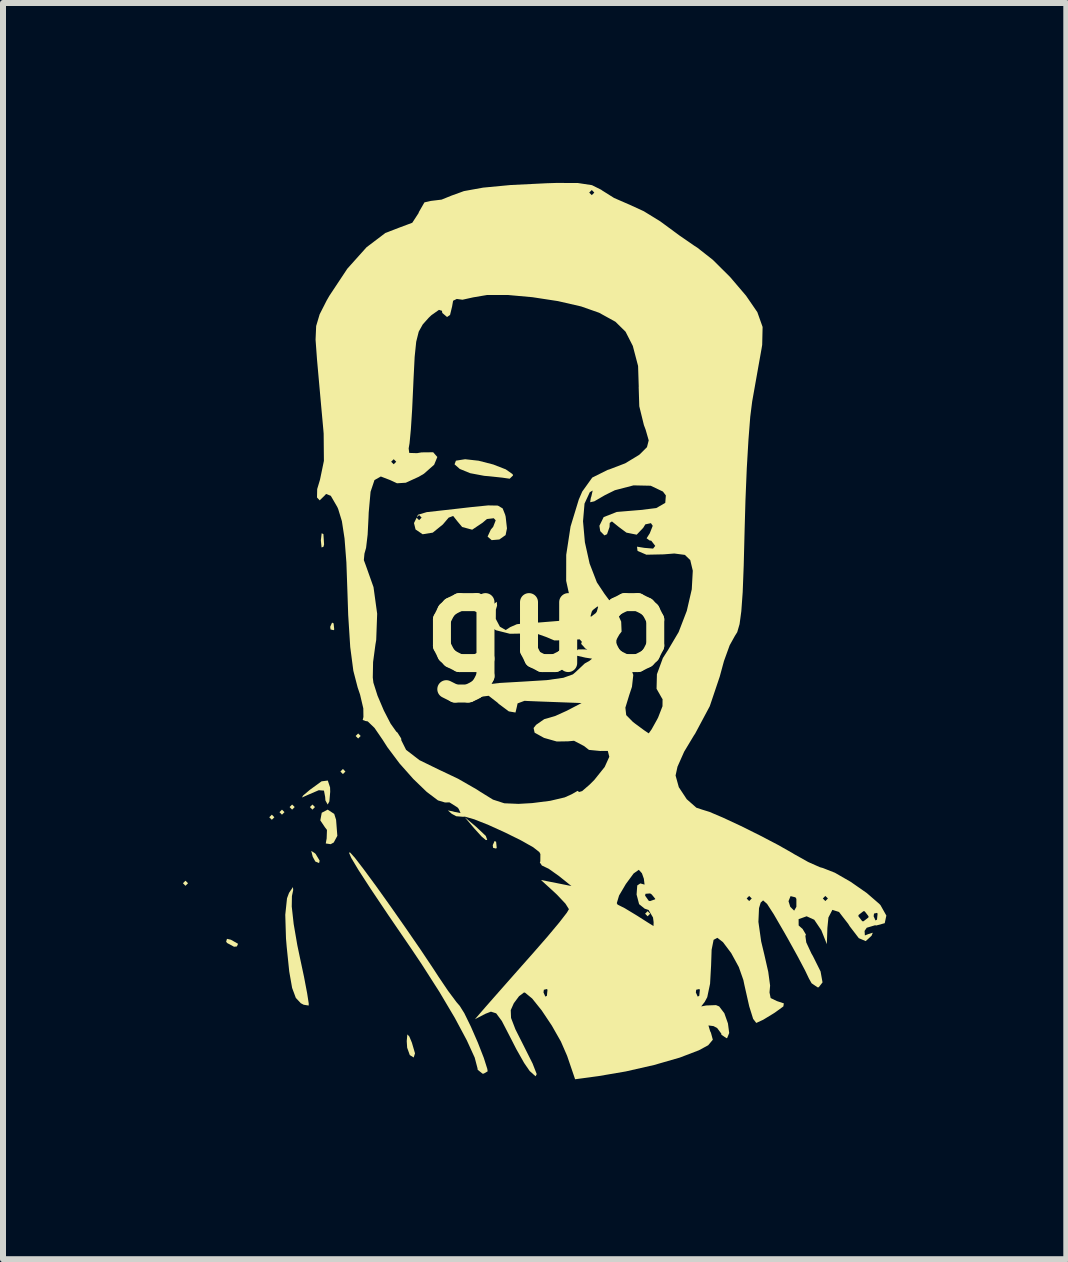
<source format=kicad_pcb>
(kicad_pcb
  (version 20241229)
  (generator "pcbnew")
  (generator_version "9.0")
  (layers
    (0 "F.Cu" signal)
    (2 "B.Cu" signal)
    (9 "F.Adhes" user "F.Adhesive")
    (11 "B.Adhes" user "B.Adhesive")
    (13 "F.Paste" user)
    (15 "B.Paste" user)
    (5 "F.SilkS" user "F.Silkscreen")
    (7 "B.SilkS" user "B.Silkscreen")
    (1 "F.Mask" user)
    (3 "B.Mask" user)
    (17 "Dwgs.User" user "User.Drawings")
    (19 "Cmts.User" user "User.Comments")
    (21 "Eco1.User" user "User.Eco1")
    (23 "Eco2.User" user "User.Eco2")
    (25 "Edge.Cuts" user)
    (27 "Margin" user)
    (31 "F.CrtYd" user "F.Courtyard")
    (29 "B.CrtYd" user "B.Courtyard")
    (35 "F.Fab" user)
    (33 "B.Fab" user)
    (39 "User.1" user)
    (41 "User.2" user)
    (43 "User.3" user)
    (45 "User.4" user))
  (footprint "guo"
    (layer "F.Cu")
    (at 6.096 7.315)
    (property "Reference" "guo" (at 0 0 0) (layer "F.SilkS") (effects (font (size 1.524 1.524) (thickness 0.3))))
    (attr board_only exclude_from_pos_files exclude_from_bom)
    (fp_poly (pts (xy -6.011 4.36) (xy -6.054 4.403) (xy -6.096 4.36) (xy -6.054 4.318)) (stroke (width 0) (type solid)) (fill yes) (layer "F.SilkS"))
    (fp_poly (pts (xy -4.572 3.26) (xy -4.614 3.302) (xy -4.657 3.26) (xy -4.614 3.217)) (stroke (width 0) (type solid)) (fill yes) (layer "F.SilkS"))
    (fp_poly (pts (xy -4.403 3.175) (xy -4.445 3.217) (xy -4.487 3.175) (xy -4.445 3.133)) (stroke (width 0) (type solid)) (fill yes) (layer "F.SilkS"))
    (fp_poly (pts (xy -4.233 3.09) (xy -4.276 3.133) (xy -4.318 3.09) (xy -4.276 3.048)) (stroke (width 0) (type solid)) (fill yes) (layer "F.SilkS"))
    (fp_poly (pts (xy -3.895 3.09) (xy -3.937 3.133) (xy -3.979 3.09) (xy -3.937 3.048)) (stroke (width 0) (type solid)) (fill yes) (layer "F.SilkS"))
    (fp_poly (pts (xy -3.387 2.498) (xy -3.429 2.54) (xy -3.471 2.498) (xy -3.429 2.455)) (stroke (width 0) (type solid)) (fill yes) (layer "F.SilkS"))
    (fp_poly (pts (xy -3.133 1.905) (xy -3.175 1.947) (xy -3.217 1.905) (xy -3.175 1.863)) (stroke (width 0) (type solid)) (fill yes) (layer "F.SilkS"))
    (fp_poly (pts (xy 1.693 4.868) (xy 1.651 4.911) (xy 1.609 4.868) (xy 1.651 4.826)) (stroke (width 0) (type solid)) (fill yes) (layer "F.SilkS"))
    (fp_poly (pts (xy -3.754 -1.46) (xy -3.743 -1.287) (xy -3.754 -1.249) (xy -3.785 -1.238) (xy -3.797 -1.355) (xy -3.783 -1.475)) (stroke (width 0) (type solid)) (fill yes) (layer "F.SilkS"))
    (fp_poly (pts (xy -3.584 0.028) (xy -3.574 0.129) (xy -3.584 0.141) (xy -3.635 0.129) (xy -3.641 0.085) (xy -3.61 0.015)) (stroke (width 0) (type solid)) (fill yes) (layer "F.SilkS"))
    (fp_poly (pts (xy -0.875 3.669) (xy -0.865 3.769) (xy -0.875 3.782) (xy -0.925 3.77) (xy -0.931 3.725) (xy -0.9 3.656)) (stroke (width 0) (type solid)) (fill yes) (layer "F.SilkS"))
    (fp_poly (pts (xy -5.296 5.302) (xy -5.177 5.37) (xy -5.197 5.414) (xy -5.244 5.419) (xy -5.359 5.357) (xy -5.376 5.335) (xy -5.362 5.287)) (stroke (width 0) (type solid)) (fill yes) (layer "F.SilkS"))
    (fp_poly (pts (xy -3.895 3.861) (xy -3.884 3.872) (xy -3.817 3.983) (xy -3.826 4.024) (xy -3.889 3.998) (xy -3.932 3.919) (xy -3.957 3.821)) (stroke (width 0) (type solid)) (fill yes) (layer "F.SilkS"))
    (fp_poly (pts (xy -1.206 3.421) (xy -1.047 3.571) (xy -1.023 3.636) (xy -1.045 3.641) (xy -1.114 3.584) (xy -1.236 3.45) (xy -1.397 3.26)) (stroke (width 0) (type solid)) (fill yes) (layer "F.SilkS"))
    (fp_poly (pts (xy -2.322 6.915) (xy -2.279 7.018) (xy -2.227 7.196) (xy -2.249 7.265) (xy -2.314 7.225) (xy -2.358 7.102) (xy -2.365 6.992) (xy -2.355 6.88)) (stroke (width 0) (type solid)) (fill yes) (layer "F.SilkS"))
    (fp_poly (pts (xy -3.574 3.204) (xy -3.543 3.302) (xy -3.528 3.493) (xy -3.522 3.57) (xy -3.582 3.681) (xy -3.633 3.709) (xy -3.715 3.697) (xy -3.7 3.613) (xy -3.695 3.471) (xy -3.729 3.427) (xy -3.806 3.312) (xy -3.782 3.185) (xy -3.683 3.133)) (stroke (width 0) (type solid)) (fill yes) (layer "F.SilkS"))
    (fp_poly (pts (xy -3.643 2.763) (xy -3.641 2.836) (xy -3.655 2.996) (xy -3.683 3.048) (xy -3.721 2.979) (xy -3.725 2.921) (xy -3.745 2.816) (xy -3.831 2.809) (xy -4.006 2.884) (xy -4.112 2.931) (xy -4.092 2.897) (xy -3.979 2.802) (xy -3.785 2.661) (xy -3.681 2.648)) (stroke (width 0) (type solid)) (fill yes) (layer "F.SilkS"))
    (fp_poly (pts (xy -1.167 -2.684) (xy -0.922 -2.621) (xy -0.714 -2.54) (xy -0.6 -2.46) (xy -0.593 -2.438) (xy -0.649 -2.384) (xy -0.656 -2.385) (xy -0.774 -2.402) (xy -0.991 -2.425) (xy -1.073 -2.432) (xy -1.307 -2.476) (xy -1.481 -2.547) (xy -1.568 -2.624) (xy -1.545 -2.685) (xy -1.392 -2.709)) (stroke (width 0) (type solid)) (fill yes) (layer "F.SilkS"))
    (fp_poly (pts (xy -4.258 4.473) (xy -4.279 4.574) (xy -4.282 4.749) (xy -4.25 5.039) (xy -4.189 5.394) (xy -4.15 5.58) (xy -4.077 5.923) (xy -4.025 6.197) (xy -3.999 6.365) (xy -4 6.399) (xy -4.083 6.386) (xy -4.132 6.36) (xy -4.214 6.272) (xy -4.276 6.105) (xy -4.324 5.831) (xy -4.366 5.423) (xy -4.378 5.282) (xy -4.39 4.886) (xy -4.361 4.611) (xy -4.327 4.52) (xy -4.262 4.424)) (stroke (width 0) (type solid)) (fill yes) (layer "F.SilkS"))
    (fp_poly (pts (xy -3.231 3.934) (xy -3.079 4.132) (xy -2.873 4.412) (xy -2.634 4.747) (xy -2.382 5.107) (xy -2.137 5.463) (xy -1.921 5.786) (xy -1.836 5.917) (xy -1.676 6.154) (xy -1.535 6.343) (xy -1.482 6.404) (xy -1.405 6.527) (xy -1.296 6.75) (xy -1.179 7.018) (xy -1.08 7.272) (xy -1.022 7.455) (xy -1.016 7.496) (xy -1.081 7.534) (xy -1.101 7.535) (xy -1.182 7.47) (xy -1.185 7.445) (xy -1.232 7.267) (xy -1.364 6.978) (xy -1.564 6.604) (xy -1.82 6.172) (xy -2.117 5.708) (xy -2.282 5.462) (xy -2.671 4.893) (xy -2.965 4.455) (xy -3.17 4.139) (xy -3.289 3.94) (xy -3.328 3.85) (xy -3.309 3.848)) (stroke (width 0) (type solid)) (fill yes) (layer "F.SilkS"))
    (fp_poly (pts (xy -0.846 -1.936) (xy -0.766 -1.889) (xy -0.725 -1.786) (xy -0.716 -1.752) (xy -0.694 -1.556) (xy -0.717 -1.444) (xy -0.821 -1.371) (xy -0.949 -1.36) (xy -1.016 -1.418) (xy -1.016 -1.422) (xy -0.963 -1.536) (xy -0.924 -1.582) (xy -0.882 -1.69) (xy -0.914 -1.725) (xy -1.028 -1.712) (xy -1.101 -1.65) (xy -1.274 -1.534) (xy -1.441 -1.579) (xy -1.519 -1.672) (xy -1.591 -1.763) (xy -1.666 -1.735) (xy -1.763 -1.621) (xy -1.931 -1.485) (xy -2.1 -1.458) (xy -2.218 -1.538) (xy -2.244 -1.645) (xy -2.2 -1.734) (xy -2.159 -1.693) (xy -2.117 -1.736) (xy -2.159 -1.778) (xy -2.198 -1.739) (xy -2.177 -1.783) (xy -2.032 -1.827) (xy -1.834 -1.849) (xy -1.54 -1.882) (xy -1.296 -1.91) (xy -1.008 -1.939)) (stroke (width 0) (type solid)) (fill yes) (layer "F.SilkS"))
    (fp_poly (pts (xy 0.487 -7.314) (xy 0.723 -7.278) (xy 0.878 -7.201) (xy 0.889 -7.192) (xy 1.091 -7.065) (xy 1.339 -6.957) (xy 1.34 -6.957) (xy 1.588 -6.843) (xy 1.861 -6.675) (xy 1.932 -6.623) (xy 2.183 -6.438) (xy 2.425 -6.271) (xy 2.481 -6.235) (xy 2.737 -6.034) (xy 3.025 -5.748) (xy 3.292 -5.435) (xy 3.48 -5.161) (xy 3.568 -4.914) (xy 3.561 -4.615) (xy 3.551 -4.555) (xy 3.499 -4.263) (xy 3.435 -3.902) (xy 3.394 -3.671) (xy 3.362 -3.418) (xy 3.332 -3.033) (xy 3.304 -2.556) (xy 3.282 -2.023) (xy 3.268 -1.528) (xy 3.253 -0.937) (xy 3.236 -0.493) (xy 3.213 -0.175) (xy 3.184 0.04) (xy 3.145 0.174) (xy 3.105 0.238) (xy 3.019 0.393) (xy 2.924 0.655) (xy 2.853 0.916) (xy 2.687 1.409) (xy 2.442 1.868) (xy 2.423 1.896) (xy 2.26 2.167) (xy 2.149 2.417) (xy 2.117 2.564) (xy 2.171 2.759) (xy 2.303 2.959) (xy 2.464 3.101) (xy 2.561 3.133) (xy 2.681 3.17) (xy 2.909 3.267) (xy 3.203 3.404) (xy 3.521 3.562) (xy 3.823 3.72) (xy 4.067 3.858) (xy 4.094 3.875) (xy 4.328 4.006) (xy 4.524 4.093) (xy 4.572 4.106) (xy 4.773 4.185) (xy 5.037 4.337) (xy 5.304 4.523) (xy 5.512 4.703) (xy 5.533 4.725) (xy 5.631 4.899) (xy 5.604 5.026) (xy 5.465 5.064) (xy 5.442 5.061) (xy 5.304 5.102) (xy 5.268 5.155) (xy 5.273 5.23) (xy 5.336 5.206) (xy 5.405 5.185) (xy 5.384 5.236) (xy 5.287 5.325) (xy 5.172 5.276) (xy 5.021 5.079) (xy 4.995 5.037) (xy 4.897 4.911) (xy 5.165 4.911) (xy 5.229 4.993) (xy 5.249 4.995) (xy 5.332 4.931) (xy 5.334 4.911) (xy 5.419 4.911) (xy 5.45 4.98) (xy 5.475 4.967) (xy 5.485 4.867) (xy 5.475 4.854) (xy 5.425 4.866) (xy 5.419 4.911) (xy 5.334 4.911) (xy 5.27 4.828) (xy 5.249 4.826) (xy 5.167 4.89) (xy 5.165 4.911) (xy 4.897 4.911) (xy 4.842 4.839) (xy 4.731 4.804) (xy 4.665 4.932) (xy 4.648 5.106) (xy 4.639 5.376) (xy 4.547 5.144) (xy 4.429 4.969) (xy 4.302 4.911) (xy 4.168 4.959) (xy 4.169 5.064) (xy 4.235 5.123) (xy 4.29 5.215) (xy 4.281 5.24) (xy 4.296 5.347) (xy 4.381 5.53) (xy 4.407 5.575) (xy 4.534 5.83) (xy 4.567 6.013) (xy 4.504 6.094) (xy 4.485 6.096) (xy 4.385 6.028) (xy 4.341 5.95) (xy 4.275 5.812) (xy 4.148 5.572) (xy 3.983 5.274) (xy 3.926 5.174) (xy 3.752 4.874) (xy 3.642 4.704) (xy 3.591 4.659) (xy 4 4.659) (xy 4.029 4.753) (xy 4.094 4.817) (xy 4.131 4.753) (xy 4.131 4.621) (xy 4.127 4.614) (xy 4.572 4.614) (xy 4.614 4.657) (xy 4.657 4.614) (xy 4.614 4.572) (xy 4.572 4.614) (xy 4.127 4.614) (xy 4.115 4.595) (xy 4.034 4.575) (xy 4 4.659) (xy 3.591 4.659) (xy 3.576 4.646) (xy 3.536 4.683) (xy 3.508 4.776) (xy 3.498 5.004) (xy 3.544 5.33) (xy 3.596 5.547) (xy 3.662 5.837) (xy 3.693 6.067) (xy 3.683 6.181) (xy 3.702 6.274) (xy 3.807 6.325) (xy 3.922 6.363) (xy 3.914 6.414) (xy 3.775 6.515) (xy 3.752 6.53) (xy 3.576 6.637) (xy 3.465 6.688) (xy 3.461 6.688) (xy 3.41 6.621) (xy 3.345 6.413) (xy 3.263 6.05) (xy 3.247 5.973) (xy 3.171 5.757) (xy 3.045 5.526) (xy 2.907 5.342) (xy 2.814 5.27) (xy 2.751 5.304) (xy 2.718 5.469) (xy 2.709 5.733) (xy 2.692 6.036) (xy 2.645 6.26) (xy 2.603 6.338) (xy 2.544 6.414) (xy 2.621 6.399) (xy 2.625 6.398) (xy 2.791 6.392) (xy 2.844 6.414) (xy 2.93 6.527) (xy 2.99 6.697) (xy 3.011 6.857) (xy 2.977 6.941) (xy 2.965 6.943) (xy 2.881 6.886) (xy 2.879 6.867) (xy 2.811 6.775) (xy 2.75 6.742) (xy 2.665 6.731) (xy 2.693 6.826) (xy 2.706 6.851) (xy 2.738 6.969) (xy 2.661 7.061) (xy 2.506 7.145) (xy 2.187 7.267) (xy 1.76 7.39) (xy 1.286 7.498) (xy 0.835 7.575) (xy 0.442 7.628) (xy 0.309 7.238) (xy 0.205 6.999) (xy 0.053 6.732) (xy -0.116 6.479) (xy -0.274 6.282) (xy -0.392 6.185) (xy -0.41 6.181) (xy -0.085 6.181) (xy -0.054 6.25) (xy -0.028 6.237) (xy -0.023 6.181) (xy 2.455 6.181) (xy 2.486 6.25) (xy 2.512 6.237) (xy 2.522 6.137) (xy 2.512 6.124) (xy 2.461 6.136) (xy 2.455 6.181) (xy -0.023 6.181) (xy -0.018 6.137) (xy -0.028 6.124) (xy -0.079 6.136) (xy -0.085 6.181) (xy -0.41 6.181) (xy -0.493 6.244) (xy -0.58 6.361) (xy -0.631 6.476) (xy -0.626 6.606) (xy -0.553 6.796) (xy -0.426 7.048) (xy -0.267 7.365) (xy -0.198 7.542) (xy -0.217 7.579) (xy -0.316 7.49) (xy -0.408 7.356) (xy -0.539 7.124) (xy -0.648 6.911) (xy -0.78 6.656) (xy -0.874 6.529) (xy -0.961 6.501) (xy -1.052 6.536) (xy -1.228 6.627) (xy -1.053 6.425) (xy -0.924 6.278) (xy -0.715 6.041) (xy -0.459 5.751) (xy -0.27 5.538) (xy -0.022 5.254) (xy 0.177 5.016) (xy 0.304 4.852) (xy 0.339 4.793) (xy 0.282 4.702) (xy 0.273 4.692) (xy 1.137 4.692) (xy 1.15 4.716) (xy 1.269 4.776) (xy 1.456 4.889) (xy 1.482 4.905) (xy 1.653 5.014) (xy 1.745 5.071) (xy 1.749 5.074) (xy 1.751 5.01) (xy 1.741 4.932) (xy 1.667 4.806) (xy 1.602 4.784) (xy 1.509 4.709) (xy 1.472 4.567) (xy 1.609 4.567) (xy 1.67 4.653) (xy 1.693 4.657) (xy 1.776 4.628) (xy 1.778 4.619) (xy 1.774 4.614) (xy 3.302 4.614) (xy 3.344 4.657) (xy 3.387 4.614) (xy 3.344 4.572) (xy 3.302 4.614) (xy 1.774 4.614) (xy 1.719 4.547) (xy 1.693 4.53) (xy 1.615 4.536) (xy 1.609 4.567) (xy 1.472 4.567) (xy 1.467 4.549) (xy 1.478 4.397) (xy 1.529 4.363) (xy 1.6 4.383) (xy 1.588 4.284) (xy 1.556 4.194) (xy 1.504 4.136) (xy 1.418 4.197) (xy 1.288 4.373) (xy 1.175 4.565) (xy 1.137 4.692) (xy 0.273 4.692) (xy 0.142 4.553) (xy 0.106 4.519) (xy -0.127 4.306) (xy 0.127 4.356) (xy 0.381 4.407) (xy 0.169 4.237) (xy 0.002 4.119) (xy -0.109 4.066) (xy -0.111 4.066) (xy -0.146 4.013) (xy -0.138 3.996) (xy -0.137 3.873) (xy -0.154 3.841) (xy -0.257 3.76) (xy -0.463 3.644) (xy -0.726 3.514) (xy -0.999 3.39) (xy -1.238 3.295) (xy -1.394 3.25) (xy -1.427 3.252) (xy -1.54 3.243) (xy -1.613 3.204) (xy -1.679 3.146) (xy -1.598 3.162) (xy -1.576 3.169) (xy -1.468 3.19) (xy -1.498 3.122) (xy -1.518 3.097) (xy -1.652 3.012) (xy -1.726 3.014) (xy -1.844 2.979) (xy -2.031 2.838) (xy -2.255 2.622) (xy -2.484 2.364) (xy -2.687 2.093) (xy -2.767 1.968) (xy -2.902 1.771) (xy -3.015 1.662) (xy -3.055 1.655) (xy -3.099 1.638) (xy -3.087 1.588) (xy -3.089 1.445) (xy -3.143 1.215) (xy -3.183 1.097) (xy -3.255 0.819) (xy -3.307 0.423) (xy -3.341 -0.112) (xy -3.352 -0.446) (xy -3.371 -0.988) (xy -3.374 -1.027) (xy -3.08 -1.027) (xy -3.049 -0.943) (xy -2.919 -0.577) (xy -2.858 -0.133) (xy -2.874 0.305) (xy -2.887 0.381) (xy -2.926 0.673) (xy -2.931 0.93) (xy -2.921 1.016) (xy -2.852 1.233) (xy -2.747 1.48) (xy -2.634 1.699) (xy -2.539 1.833) (xy -2.519 1.849) (xy -2.458 1.946) (xy -2.455 1.978) (xy -2.376 2.136) (xy -2.153 2.308) (xy -1.811 2.475) (xy -1.808 2.476) (xy -1.509 2.618) (xy -1.199 2.796) (xy -1.133 2.839) (xy -0.927 2.966) (xy -0.739 3.027) (xy -0.501 3.037) (xy -0.274 3.024) (xy 0.026 2.986) (xy 0.268 2.929) (xy 0.382 2.878) (xy 0.484 2.82) (xy 0.508 2.839) (xy 0.559 2.824) (xy 0.687 2.713) (xy 0.762 2.638) (xy 0.935 2.422) (xy 1.012 2.252) (xy 0.987 2.154) (xy 0.859 2.155) (xy 0.673 2.137) (xy 0.593 2.074) (xy 0.424 1.985) (xy 0.325 1.994) (xy 0.136 1.997) (xy -0.076 1.937) (xy -0.233 1.85) (xy -0.25 1.772) (xy -0.208 1.719) (xy -0.073 1.625) (xy -0.016 1.609) (xy 0.11 1.572) (xy 0.302 1.485) (xy 0.308 1.482) (xy 0.55 1.356) (xy 0.148 1.341) (xy -0.125 1.331) (xy -0.345 1.322) (xy -0.402 1.319) (xy -0.517 1.362) (xy -0.529 1.418) (xy -0.552 1.514) (xy -0.663 1.495) (xy -0.831 1.37) (xy -0.852 1.349) (xy -0.999 1.235) (xy -1.113 1.249) (xy -1.151 1.276) (xy -1.286 1.342) (xy -1.334 1.269) (xy -1.309 1.165) (xy -1.244 1.1) (xy -1.089 1.053) (xy -0.816 1.021) (xy -0.45 1) (xy -0.03 0.974) (xy 0.246 0.935) (xy 0.405 0.878) (xy 0.455 0.835) (xy 0.603 0.696) (xy 0.677 0.655) (xy 0.725 0.616) (xy 0.614 0.599) (xy 0.465 0.565) (xy 0.423 0.516) (xy 0.492 0.462) (xy 0.572 0.461) (xy 0.647 0.464) (xy 0.613 0.447) (xy 0.554 0.381) (xy 0.847 0.381) (xy 0.889 0.423) (xy 0.931 0.381) (xy 0.889 0.339) (xy 0.847 0.381) (xy 0.554 0.381) (xy 0.543 0.37) (xy 0.554 0.334) (xy 0.518 0.294) (xy 0.36 0.305) (xy 0.343 0.308) (xy 0.095 0.312) (xy -0.042 0.254) (xy -0.226 0.189) (xy -0.415 0.197) (xy -0.645 0.201) (xy -0.875 0.143) (xy -1.046 0.044) (xy -1.1 -0.053) (xy -1.042 -0.18) (xy -0.961 -0.264) (xy -0.863 -0.332) (xy -0.859 -0.267) (xy -0.879 -0.202) (xy -0.88 -0.046) (xy -0.812 0.083) (xy -0.715 0.139) (xy -0.639 0.09) (xy -0.529 0.042) (xy -0.31 0.015) (xy -0.156 0.013) (xy 0.177 -0.014) (xy 0.32 -0.09) (xy 0.698 -0.09) (xy 0.71 -0.085) (xy 0.787 -0.144) (xy 0.804 -0.169) (xy 0.826 -0.248) (xy 0.814 -0.254) (xy 0.737 -0.194) (xy 0.72 -0.169) (xy 0.698 -0.09) (xy 0.32 -0.09) (xy 0.359 -0.111) (xy 0.389 -0.278) (xy 0.368 -0.339) (xy 0.293 -0.681) (xy 0.294 -1.115) (xy 0.366 -1.586) (xy 0.393 -1.675) (xy 0.574 -1.675) (xy 0.605 -1.325) (xy 0.684 -0.969) (xy 0.805 -0.656) (xy 0.931 -0.466) (xy 1.109 -0.226) (xy 1.21 -0.002) (xy 1.217 0.165) (xy 1.177 0.217) (xy 1.114 0.331) (xy 1.101 0.433) (xy 1.129 0.551) (xy 1.173 0.558) (xy 1.259 0.59) (xy 1.351 0.713) (xy 1.412 0.888) (xy 1.39 1.085) (xy 1.344 1.224) (xy 1.28 1.433) (xy 1.294 1.557) (xy 1.402 1.667) (xy 1.441 1.698) (xy 1.593 1.81) (xy 1.669 1.861) (xy 1.67 1.861) (xy 1.717 1.795) (xy 1.808 1.632) (xy 1.826 1.597) (xy 1.899 1.409) (xy 1.9 1.289) (xy 1.892 1.28) (xy 1.8 1.118) (xy 1.806 0.876) (xy 1.905 0.606) (xy 1.992 0.47) (xy 2.168 0.173) (xy 2.304 -0.181) (xy 2.387 -0.54) (xy 2.404 -0.85) (xy 2.362 -1.027) (xy 2.272 -1.114) (xy 2.096 -1.137) (xy 1.918 -1.123) (xy 1.631 -1.117) (xy 1.486 -1.179) (xy 1.482 -1.185) (xy 1.474 -1.251) (xy 1.598 -1.231) (xy 1.742 -1.219) (xy 1.778 -1.264) (xy 1.712 -1.35) (xy 1.683 -1.355) (xy 1.634 -1.391) (xy 1.687 -1.474) (xy 1.736 -1.599) (xy 1.706 -1.643) (xy 1.613 -1.623) (xy 1.578 -1.566) (xy 1.469 -1.451) (xy 1.298 -1.485) (xy 1.171 -1.579) (xy 1.056 -1.672) (xy 1.019 -1.647) (xy 1.016 -1.579) (xy 0.974 -1.459) (xy 0.931 -1.439) (xy 0.861 -1.51) (xy 0.847 -1.599) (xy 0.918 -1.744) (xy 1.137 -1.83) (xy 1.509 -1.861) (xy 1.528 -1.862) (xy 1.796 -1.895) (xy 1.945 -1.981) (xy 1.955 -2.105) (xy 1.906 -2.17) (xy 1.702 -2.267) (xy 1.416 -2.273) (xy 1.105 -2.192) (xy 0.941 -2.111) (xy 0.762 -2.007) (xy 0.693 -1.992) (xy 0.704 -2.064) (xy 0.713 -2.09) (xy 0.735 -2.187) (xy 0.687 -2.159) (xy 0.599 -1.969) (xy 0.574 -1.675) (xy 0.393 -1.675) (xy 0.503 -2.036) (xy 0.561 -2.17) (xy 0.728 -2.403) (xy 0.985 -2.531) (xy 1.012 -2.539) (xy 1.278 -2.641) (xy 1.504 -2.778) (xy 1.521 -2.791) (xy 1.64 -2.91) (xy 1.669 -3.023) (xy 1.618 -3.201) (xy 1.589 -3.278) (xy 1.512 -3.592) (xy 1.502 -3.909) (xy 1.503 -3.92) (xy 1.492 -4.263) (xy 1.404 -4.598) (xy 1.283 -4.835) (xy 1.114 -5.001) (xy 0.842 -5.151) (xy 0.543 -5.256) (xy 0.156 -5.345) (xy -0.268 -5.41) (xy -0.678 -5.447) (xy -1.025 -5.447) (xy -1.255 -5.408) (xy -1.436 -5.368) (xy -1.531 -5.381) (xy -1.592 -5.351) (xy -1.609 -5.254) (xy -1.643 -5.114) (xy -1.693 -5.08) (xy -1.772 -5.147) (xy -1.778 -5.184) (xy -1.828 -5.199) (xy -1.954 -5.11) (xy -2 -5.066) (xy -2.098 -4.956) (xy -2.165 -4.836) (xy -2.207 -4.668) (xy -2.233 -4.415) (xy -2.252 -4.04) (xy -2.257 -3.925) (xy -2.275 -3.538) (xy -2.296 -3.209) (xy -2.318 -2.976) (xy -2.333 -2.889) (xy -2.323 -2.814) (xy -2.194 -2.81) (xy -2.118 -2.823) (xy -1.924 -2.825) (xy -1.855 -2.746) (xy -1.908 -2.617) (xy -2.078 -2.467) (xy -2.165 -2.416) (xy -2.381 -2.317) (xy -2.527 -2.308) (xy -2.641 -2.361) (xy -2.797 -2.421) (xy -2.903 -2.361) (xy -2.968 -2.166) (xy -2.999 -1.821) (xy -3.002 -1.743) (xy -3.017 -1.451) (xy -3.043 -1.231) (xy -3.07 -1.135) (xy -3.08 -1.027) (xy -3.374 -1.027) (xy -3.402 -1.388) (xy -3.446 -1.676) (xy -3.508 -1.879) (xy -3.523 -1.913) (xy -3.631 -2.099) (xy -3.71 -2.13) (xy -3.733 -2.104) (xy -3.816 -2.023) (xy -3.861 -2.071) (xy -3.858 -2.211) (xy -3.811 -2.368) (xy -3.749 -2.667) (xy -2.625 -2.667) (xy -2.582 -2.625) (xy -2.54 -2.667) (xy -2.582 -2.709) (xy -2.625 -2.667) (xy -3.749 -2.667) (xy -3.746 -2.682) (xy -3.75 -3.135) (xy -3.755 -3.196) (xy -3.792 -3.602) (xy -3.833 -4.059) (xy -3.861 -4.373) (xy -3.885 -4.702) (xy -3.875 -4.93) (xy -3.817 -5.125) (xy -3.7 -5.355) (xy -3.656 -5.432) (xy -3.355 -5.886) (xy -3.035 -6.243) (xy -2.721 -6.481) (xy -2.498 -6.567) (xy -2.273 -6.651) (xy -2.168 -6.812) (xy -2.163 -6.829) (xy -2.07 -6.991) (xy -1.966 -7.015) (xy -1.784 -7.037) (xy -1.616 -7.105) (xy -1.48 -7.154) (xy 0.677 -7.154) (xy 0.72 -7.112) (xy 0.762 -7.154) (xy 0.72 -7.197) (xy 0.677 -7.154) (xy -1.48 -7.154) (xy -1.412 -7.179) (xy -1.091 -7.237) (xy -0.637 -7.28) (xy -0.034 -7.31) (xy 0.127 -7.315)) (stroke (width 0) (type solid)) (fill yes) (layer "F.SilkS")))
  (gr_rect
    (start -3 -3)
    (end 14.727 17.943)
    (stroke (width 0.1) (type default))
    (fill no)
    (layer "Edge.Cuts")))
</source>
